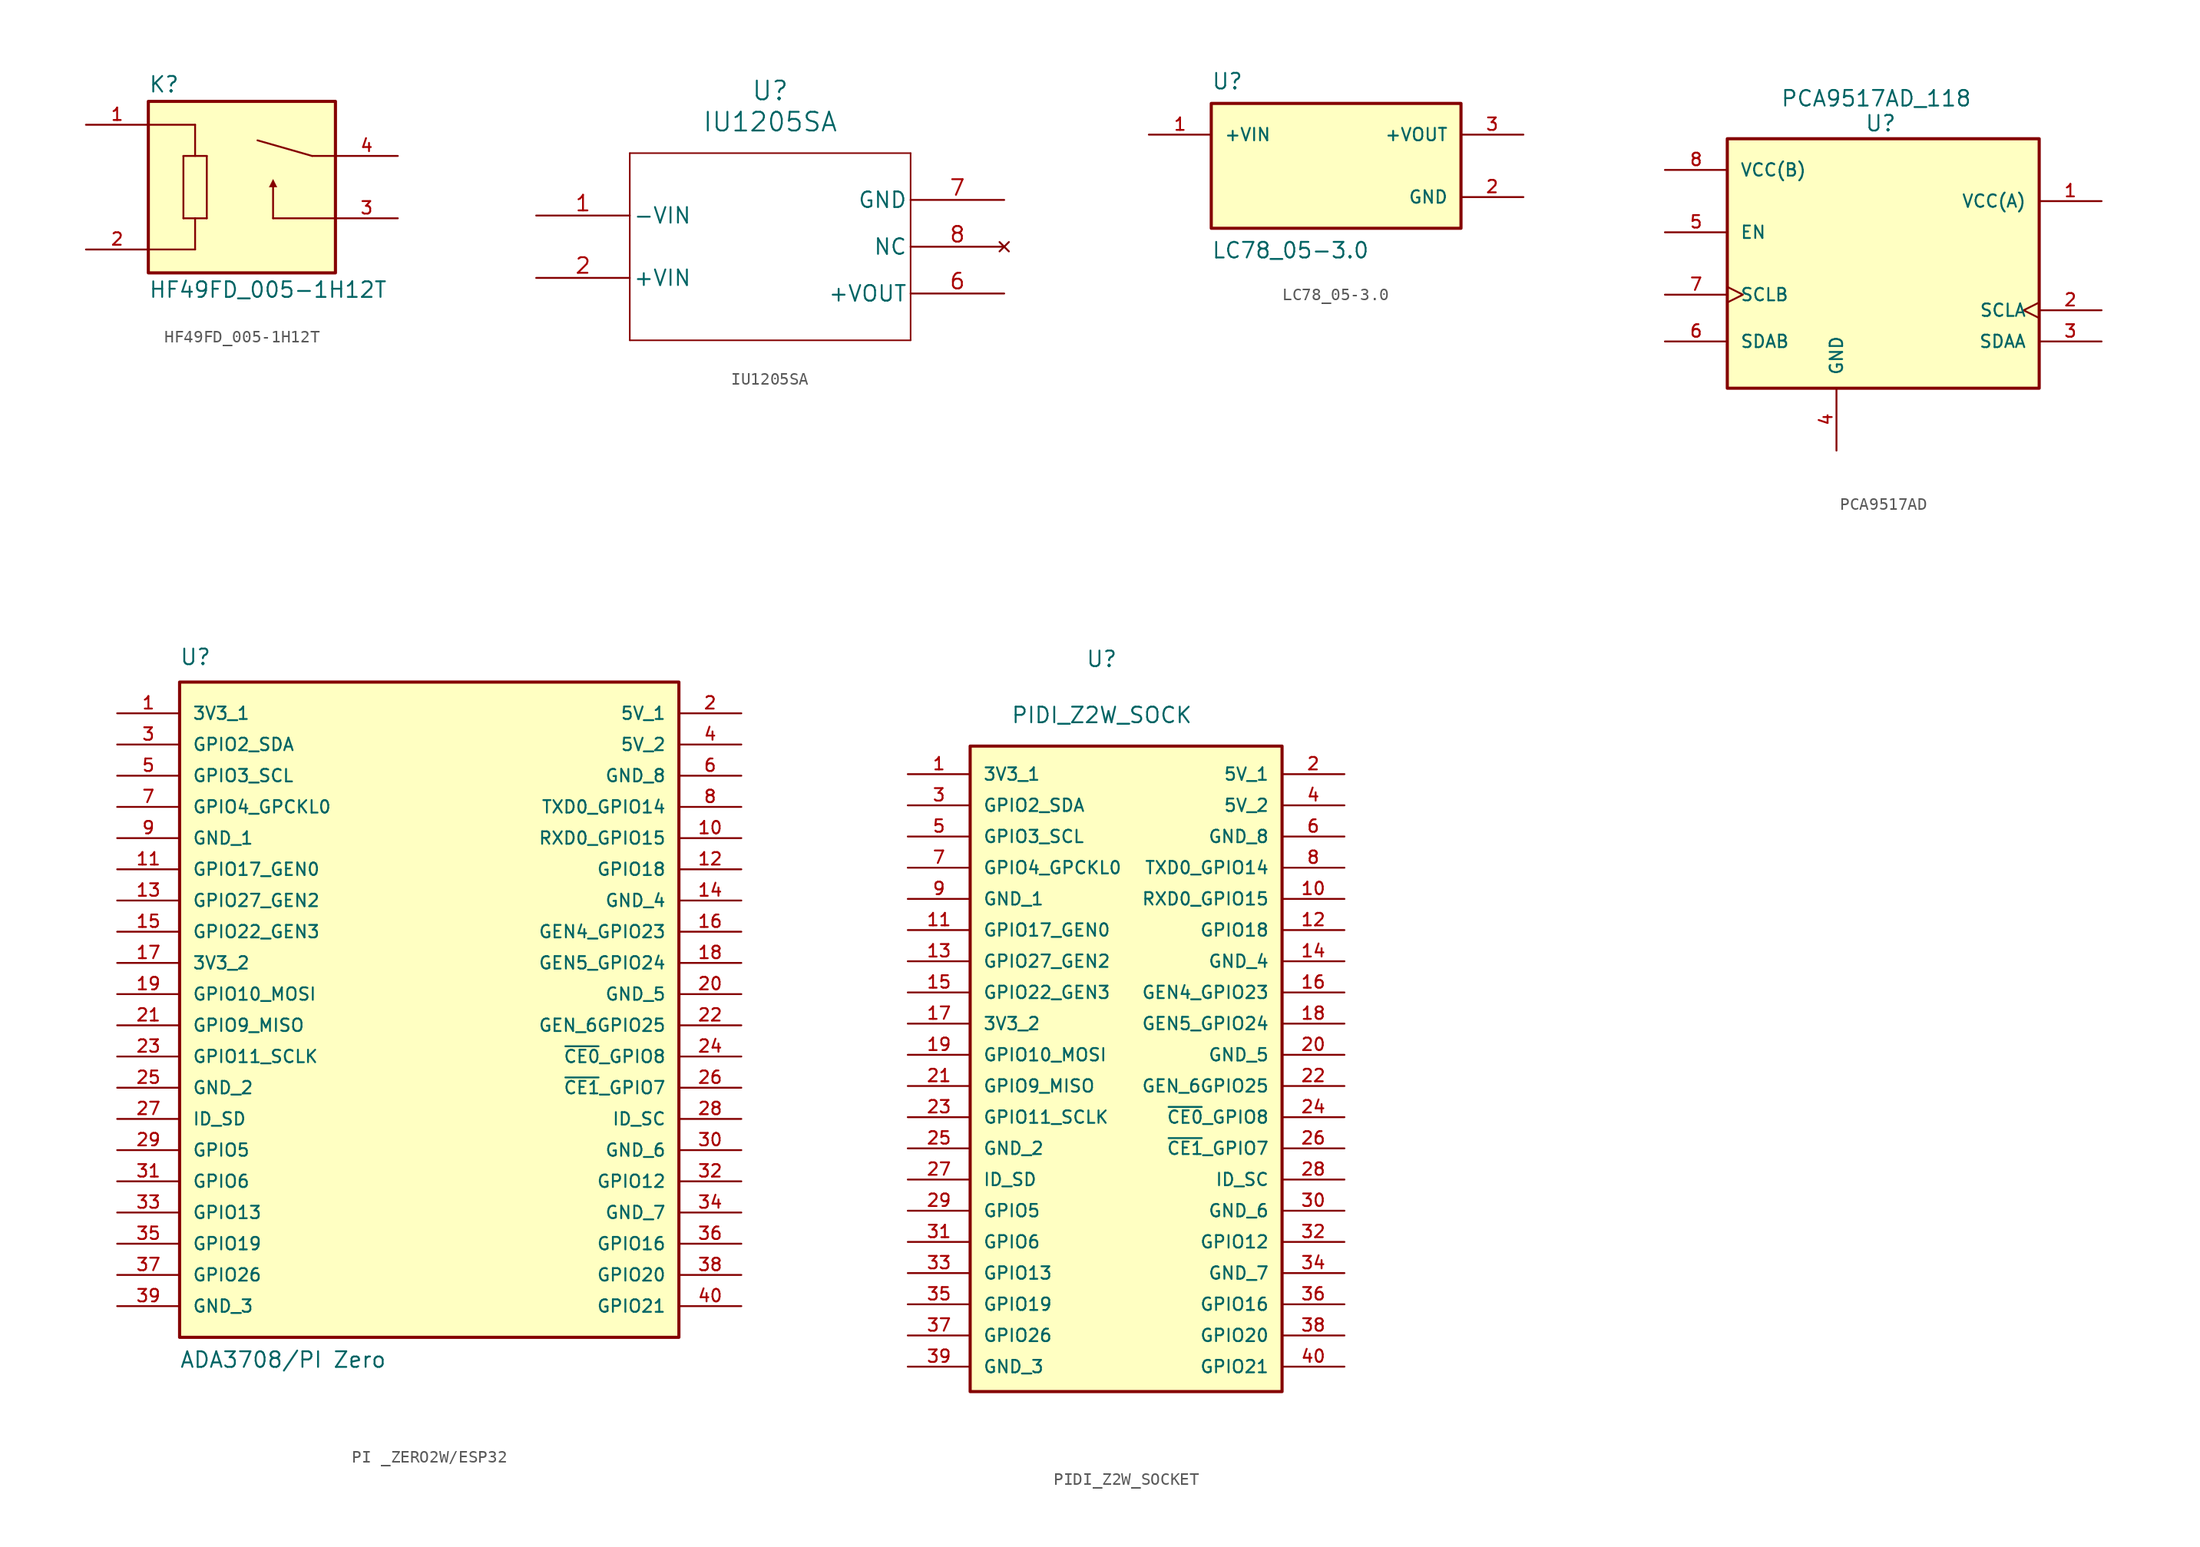
<source format=kicad_sym>
(kicad_symbol_lib
  (version 20241209)
  (generator "kicad_symbol_editor")
  (generator_version "9.0")
  (symbol "HF49FD_005-1H12T"
    (pin_names
      (offset 1.016))
    (property "Reference" "K"
      (at -7.62 7.62 0)
      (effects (font (size 1.27 1.27)) (justify left bottom)))
    (property "Value" "HF49FD_005-1H12T"
      (at -7.62 -7.62 0)
      (effects (font (size 1.27 1.27)) (justify left top)))
    (symbol "HF49FD_005-1H12T_0_0"
      (polyline (pts (xy -7.62 5.08) (xy -3.81 5.08)) (stroke (width 0.152) (type default)) (fill (type none)))
      (polyline (pts (xy -7.62 -5.08) (xy -3.81 -5.08)) (stroke (width 0.152) (type default)) (fill (type none)))
      (rectangle (start -7.62 -6.985) (end 7.62 6.985) (stroke (width 0.254) (type default)) (fill (type background)))
      (polyline (pts (xy -4.763 2.54) (xy -2.857 2.54)) (stroke (width 0.152) (type default)) (fill (type none)))
      (polyline (pts (xy -4.763 -2.54) (xy -4.763 2.54)) (stroke (width 0.152) (type default)) (fill (type none)))
      (polyline (pts (xy -3.81 5.08) (xy -3.81 2.54)) (stroke (width 0.152) (type default)) (fill (type none)))
      (polyline (pts (xy -3.81 -2.54) (xy -4.763 -2.54)) (stroke (width 0.152) (type default)) (fill (type none)))
      (polyline (pts (xy -3.81 -5.08) (xy -3.81 -2.54)) (stroke (width 0.152) (type default)) (fill (type none)))
      (polyline (pts (xy -2.857 2.54) (xy -2.857 -2.54)) (stroke (width 0.152) (type default)) (fill (type none)))
      (polyline (pts (xy -2.857 -2.54) (xy -3.81 -2.54)) (stroke (width 0.152) (type default)) (fill (type none)))
      (polyline (pts (xy 2.223 0) (xy 2.857 0) (xy 2.54 0.635) (xy 2.223 0)) (stroke (width 0.025) (type default)) (fill (type outline)))
      (polyline (pts (xy 2.54 -2.54) (xy 2.54 0)) (stroke (width 0.152) (type default)) (fill (type none)))
      (polyline (pts (xy 5.715 2.54) (xy 1.27 3.81)) (stroke (width 0.152) (type default)) (fill (type none)))
      (polyline (pts (xy 7.62 2.54) (xy 5.715 2.54)) (stroke (width 0.152) (type default)) (fill (type none)))
      (polyline (pts (xy 7.62 -2.54) (xy 2.54 -2.54)) (stroke (width 0.152) (type default)) (fill (type none)))
      (pin passive line (at -12.7 5.08 0) (length 5.08) (name "~" (effects (font (size 1.016 1.016)))) (number "1" (effects (font (size 1.016 1.016)))))
      (pin passive line (at -12.7 -5.08 0) (length 5.08) (name "~" (effects (font (size 1.016 1.016)))) (number "2" (effects (font (size 1.016 1.016)))))
      (pin passive line (at 12.7 2.54 180) (length 5.08) (name "~" (effects (font (size 1.016 1.016)))) (number "4" (effects (font (size 1.016 1.016)))))
      (pin passive line (at 12.7 -2.54 180) (length 5.08) (name "~" (effects (font (size 1.016 1.016)))) (number "3" (effects (font (size 1.016 1.016)))))))
  (symbol "IU1205SA"
    (pin_names
      (offset 0.254))
    (property "Reference" "U"
      (at 27.94 10.16 0)
      (effects (font (size 1.524 1.524))))
    (property "Value" "IU1205SA"
      (at 27.94 7.62 0)
      (effects (font (size 1.524 1.524))))
    (symbol "IU1205SA_0_1"
      (polyline (pts (xy 16.51 5.08) (xy 16.51 -10.16)) (stroke (width 0.127) (type default)) (fill (type none)))
      (polyline (pts (xy 16.51 -10.16) (xy 39.37 -10.16)) (stroke (width 0.127) (type default)) (fill (type none)))
      (polyline (pts (xy 39.37 5.08) (xy 16.51 5.08)) (stroke (width 0.127) (type default)) (fill (type none)))
      (polyline (pts (xy 39.37 -10.16) (xy 39.37 5.08)) (stroke (width 0.127) (type default)) (fill (type none)))
      (pin no_connect line (at 46.99 -2.54 180) (length 7.62) (name "NC" (effects (font (size 1.27 1.27)))) (number "8" (effects (font (size 1.27 1.27))))))
    (symbol "IU1205SA_1_1"
      (pin power_in line (at 8.89 0 0) (length 7.62) (name "-VIN" (effects (font (size 1.27 1.27)))) (number "1" (effects (font (size 1.27 1.27)))))
      (pin power_in line (at 8.89 -5.08 0) (length 7.62) (name "+VIN" (effects (font (size 1.27 1.27)))) (number "2" (effects (font (size 1.27 1.27)))))
      (pin power_in line (at 46.99 1.27 180) (length 7.62) (name "GND" (effects (font (size 1.27 1.27)))) (number "7" (effects (font (size 1.27 1.27)))))
      (pin power_in line (at 46.99 -6.35 180) (length 7.62) (name "+VOUT" (effects (font (size 1.27 1.27)))) (number "6" (effects (font (size 1.27 1.27)))))))
  (symbol "LC78_05-3.0"
    (pin_names
      (offset 1.016))
    (property "Reference" "U"
      (at -10.16 7.62 0)
      (effects (font (size 1.27 1.27)) (justify left top)))
    (property "Value" "LC78_05-3.0"
      (at -10.16 -7.62 0)
      (effects (font (size 1.27 1.27)) (justify left bottom)))
    (symbol "LC78_05-3.0_0_0"
      (rectangle (start -10.16 5.08) (end 10.16 -5.08) (stroke (width 0.254) (type default)) (fill (type background)))
      (pin input line (at -15.24 2.54 0) (length 5.08) (name "+VIN" (effects (font (size 1.016 1.016)))) (number "1" (effects (font (size 1.016 1.016)))))
      (pin output line (at 15.24 2.54 180) (length 5.08) (name "+VOUT" (effects (font (size 1.016 1.016)))) (number "3" (effects (font (size 1.016 1.016)))))
      (pin power_in line (at 15.24 -2.54 180) (length 5.08) (name "GND" (effects (font (size 1.016 1.016)))) (number "2" (effects (font (size 1.016 1.016)))))))
  (symbol "PCA9517AD"
    (pin_names
      (offset 1.016))
    (property "Reference" "U"
      (at -1.524 10.668 0)
      (effects (font (size 1.27 1.27)) (justify left bottom)))
    (property "Value" "PCA9517AD_118"
      (at -8.382 12.7 0)
      (effects (font (size 1.27 1.27)) (justify left bottom)))
    (symbol "PCA9517AD_0_0"
      (rectangle (start -12.7 -10.16) (end 12.7 10.16) (stroke (width 0.254) (type default)) (fill (type background)))
      (pin power_in line (at -17.78 7.62 0) (length 5.08) (name "VCC(B)" (effects (font (size 1.016 1.016)))) (number "8" (effects (font (size 1.016 1.016)))))
      (pin input line (at -17.78 2.54 0) (length 5.08) (name "EN" (effects (font (size 1.016 1.016)))) (number "5" (effects (font (size 1.016 1.016)))))
      (pin input clock (at -17.78 -2.54 0) (length 5.08) (name "SCLB" (effects (font (size 1.016 1.016)))) (number "7" (effects (font (size 1.016 1.016)))))
      (pin bidirectional line (at -17.78 -6.35 0) (length 5.08) (name "SDAB" (effects (font (size 1.016 1.016)))) (number "6" (effects (font (size 1.016 1.016)))))
      (pin power_in line (at -3.81 -15.24 90) (length 5.08) (name "GND" (effects (font (size 1.016 1.016)))) (number "4" (effects (font (size 1.016 1.016)))))
      (pin power_in line (at 17.78 5.08 180) (length 5.08) (name "VCC(A)" (effects (font (size 1.016 1.016)))) (number "1" (effects (font (size 1.016 1.016)))))
      (pin input clock (at 17.78 -3.81 180) (length 5.08) (name "SCLA" (effects (font (size 1.016 1.016)))) (number "2" (effects (font (size 1.016 1.016)))))
      (pin bidirectional line (at 17.78 -6.35 180) (length 5.08) (name "SDAA" (effects (font (size 1.016 1.016)))) (number "3" (effects (font (size 1.016 1.016)))))))
  (symbol "PI _ZERO2W/ESP32"
    (pin_names
      (offset 1.016))
    (property "Reference" "U"
      (at -20.34 26.696 0)
      (effects (font (size 1.27 1.27)) (justify left bottom)))
    (property "Value" "ADA3708/PI Zero"
      (at -20.339 -30.509 0)
      (effects (font (size 1.27 1.27)) (justify left bottom)))
    (symbol "PI _ZERO2W/ESP32_0_0"
      (rectangle (start -20.32 25.4) (end 20.32 -27.94) (stroke (width 0.254) (type default)) (fill (type background)))
      (pin power_in line (at -25.4 22.86 0) (length 5.08) (name "3V3_1" (effects (font (size 1.016 1.016)))) (number "1" (effects (font (size 1.016 1.016)))))
      (pin bidirectional line (at -25.4 20.32 0) (length 5.08) (name "GPIO2_SDA" (effects (font (size 1.016 1.016)))) (number "3" (effects (font (size 1.016 1.016)))))
      (pin bidirectional line (at -25.4 17.78 0) (length 5.08) (name "GPIO3_SCL" (effects (font (size 1.016 1.016)))) (number "5" (effects (font (size 1.016 1.016)))))
      (pin bidirectional line (at -25.4 15.24 0) (length 5.08) (name "GPIO4_GPCKL0" (effects (font (size 1.016 1.016)))) (number "7" (effects (font (size 1.016 1.016)))))
      (pin power_in line (at -25.4 12.7 0) (length 5.08) (name "GND_1" (effects (font (size 1.016 1.016)))) (number "9" (effects (font (size 1.016 1.016)))))
      (pin bidirectional line (at -25.4 10.16 0) (length 5.08) (name "GPIO17_GEN0" (effects (font (size 1.016 1.016)))) (number "11" (effects (font (size 1.016 1.016)))))
      (pin bidirectional line (at -25.4 7.62 0) (length 5.08) (name "GPIO27_GEN2" (effects (font (size 1.016 1.016)))) (number "13" (effects (font (size 1.016 1.016)))))
      (pin bidirectional line (at -25.4 5.08 0) (length 5.08) (name "GPIO22_GEN3" (effects (font (size 1.016 1.016)))) (number "15" (effects (font (size 1.016 1.016)))))
      (pin power_in line (at -25.4 2.54 0) (length 5.08) (name "3V3_2" (effects (font (size 1.016 1.016)))) (number "17" (effects (font (size 1.016 1.016)))))
      (pin bidirectional line (at -25.4 0 0) (length 5.08) (name "GPIO10_MOSI" (effects (font (size 1.016 1.016)))) (number "19" (effects (font (size 1.016 1.016)))))
      (pin bidirectional line (at -25.4 -2.54 0) (length 5.08) (name "GPIO9_MISO" (effects (font (size 1.016 1.016)))) (number "21" (effects (font (size 1.016 1.016)))))
      (pin bidirectional line (at -25.4 -5.08 0) (length 5.08) (name "GPIO11_SCLK" (effects (font (size 1.016 1.016)))) (number "23" (effects (font (size 1.016 1.016)))))
      (pin power_in line (at -25.4 -7.62 0) (length 5.08) (name "GND_2" (effects (font (size 1.016 1.016)))) (number "25" (effects (font (size 1.016 1.016)))))
      (pin bidirectional line (at -25.4 -10.16 0) (length 5.08) (name "ID_SD" (effects (font (size 1.016 1.016)))) (number "27" (effects (font (size 1.016 1.016)))))
      (pin bidirectional line (at -25.4 -12.7 0) (length 5.08) (name "GPIO5" (effects (font (size 1.016 1.016)))) (number "29" (effects (font (size 1.016 1.016)))))
      (pin bidirectional line (at -25.4 -15.24 0) (length 5.08) (name "GPIO6" (effects (font (size 1.016 1.016)))) (number "31" (effects (font (size 1.016 1.016)))))
      (pin bidirectional line (at -25.4 -17.78 0) (length 5.08) (name "GPIO13" (effects (font (size 1.016 1.016)))) (number "33" (effects (font (size 1.016 1.016)))))
      (pin bidirectional line (at -25.4 -20.32 0) (length 5.08) (name "GPIO19" (effects (font (size 1.016 1.016)))) (number "35" (effects (font (size 1.016 1.016)))))
      (pin bidirectional line (at -25.4 -22.86 0) (length 5.08) (name "GPIO26" (effects (font (size 1.016 1.016)))) (number "37" (effects (font (size 1.016 1.016)))))
      (pin power_in line (at -25.4 -25.4 0) (length 5.08) (name "GND_3" (effects (font (size 1.016 1.016)))) (number "39" (effects (font (size 1.016 1.016)))))
      (pin power_in line (at 25.4 22.86 180) (length 5.08) (name "5V_1" (effects (font (size 1.016 1.016)))) (number "2" (effects (font (size 1.016 1.016)))))
      (pin power_in line (at 25.4 20.32 180) (length 5.08) (name "5V_2" (effects (font (size 1.016 1.016)))) (number "4" (effects (font (size 1.016 1.016)))))
      (pin power_in line (at 25.4 17.78 180) (length 5.08) (name "GND_8" (effects (font (size 1.016 1.016)))) (number "6" (effects (font (size 1.016 1.016)))))
      (pin bidirectional line (at 25.4 15.24 180) (length 5.08) (name "TXD0_GPIO14" (effects (font (size 1.016 1.016)))) (number "8" (effects (font (size 1.016 1.016)))))
      (pin bidirectional line (at 25.4 12.7 180) (length 5.08) (name "RXD0_GPIO15" (effects (font (size 1.016 1.016)))) (number "10" (effects (font (size 1.016 1.016)))))
      (pin bidirectional line (at 25.4 10.16 180) (length 5.08) (name "GPIO18" (effects (font (size 1.016 1.016)))) (number "12" (effects (font (size 1.016 1.016)))))
      (pin power_in line (at 25.4 7.62 180) (length 5.08) (name "GND_4" (effects (font (size 1.016 1.016)))) (number "14" (effects (font (size 1.016 1.016)))))
      (pin bidirectional line (at 25.4 5.08 180) (length 5.08) (name "GEN4_GPIO23" (effects (font (size 1.016 1.016)))) (number "16" (effects (font (size 1.016 1.016)))))
      (pin bidirectional line (at 25.4 2.54 180) (length 5.08) (name "GEN5_GPIO24" (effects (font (size 1.016 1.016)))) (number "18" (effects (font (size 1.016 1.016)))))
      (pin power_in line (at 25.4 0 180) (length 5.08) (name "GND_5" (effects (font (size 1.016 1.016)))) (number "20" (effects (font (size 1.016 1.016)))))
      (pin bidirectional line (at 25.4 -2.54 180) (length 5.08) (name "GEN_6GPIO25" (effects (font (size 1.016 1.016)))) (number "22" (effects (font (size 1.016 1.016)))))
      (pin bidirectional line (at 25.4 -5.08 180) (length 5.08) (name "~{CE0}_GPIO8" (effects (font (size 1.016 1.016)))) (number "24" (effects (font (size 1.016 1.016)))))
      (pin bidirectional line (at 25.4 -7.62 180) (length 5.08) (name "~{CE1}_GPIO7" (effects (font (size 1.016 1.016)))) (number "26" (effects (font (size 1.016 1.016)))))
      (pin bidirectional line (at 25.4 -10.16 180) (length 5.08) (name "ID_SC" (effects (font (size 1.016 1.016)))) (number "28" (effects (font (size 1.016 1.016)))))
      (pin power_in line (at 25.4 -12.7 180) (length 5.08) (name "GND_6" (effects (font (size 1.016 1.016)))) (number "30" (effects (font (size 1.016 1.016)))))
      (pin bidirectional line (at 25.4 -15.24 180) (length 5.08) (name "GPIO12" (effects (font (size 1.016 1.016)))) (number "32" (effects (font (size 1.016 1.016)))))
      (pin power_in line (at 25.4 -17.78 180) (length 5.08) (name "GND_7" (effects (font (size 1.016 1.016)))) (number "34" (effects (font (size 1.016 1.016)))))
      (pin bidirectional line (at 25.4 -20.32 180) (length 5.08) (name "GPIO16" (effects (font (size 1.016 1.016)))) (number "36" (effects (font (size 1.016 1.016)))))
      (pin bidirectional line (at 25.4 -22.86 180) (length 5.08) (name "GPIO20" (effects (font (size 1.016 1.016)))) (number "38" (effects (font (size 1.016 1.016)))))
      (pin bidirectional line (at 25.4 -25.4 180) (length 5.08) (name "GPIO21" (effects (font (size 1.016 1.016)))) (number "40" (effects (font (size 1.016 1.016)))))))
  (symbol "PIDI_Z2W_SOCKET"
    (pin_names
      (offset 1.016))
    (property "Reference" "U"
      (at 4.318 31.496 0)
      (effects (font (size 1.27 1.27)) (justify left bottom)))
    (property "Value" "PIDI_Z2W_SOCK"
      (at -1.778 26.924 0)
      (effects (font (size 1.27 1.27)) (justify left bottom)))
    (symbol "PIDI_Z2W_SOCKET_0_0"
      (pin power_in line (at -10.16 22.86 0) (length 5.08) (name "3V3_1" (effects (font (size 1.016 1.016)))) (number "1" (effects (font (size 1.016 1.016)))))
      (pin bidirectional line (at -10.16 20.32 0) (length 5.08) (name "GPIO2_SDA" (effects (font (size 1.016 1.016)))) (number "3" (effects (font (size 1.016 1.016)))))
      (pin bidirectional line (at -10.16 17.78 0) (length 5.08) (name "GPIO3_SCL" (effects (font (size 1.016 1.016)))) (number "5" (effects (font (size 1.016 1.016)))))
      (pin bidirectional line (at -10.16 15.24 0) (length 5.08) (name "GPIO4_GPCKL0" (effects (font (size 1.016 1.016)))) (number "7" (effects (font (size 1.016 1.016)))))
      (pin power_in line (at -10.16 12.7 0) (length 5.08) (name "GND_1" (effects (font (size 1.016 1.016)))) (number "9" (effects (font (size 1.016 1.016)))))
      (pin bidirectional line (at -10.16 10.16 0) (length 5.08) (name "GPIO17_GEN0" (effects (font (size 1.016 1.016)))) (number "11" (effects (font (size 1.016 1.016)))))
      (pin bidirectional line (at -10.16 7.62 0) (length 5.08) (name "GPIO27_GEN2" (effects (font (size 1.016 1.016)))) (number "13" (effects (font (size 1.016 1.016)))))
      (pin bidirectional line (at -10.16 5.08 0) (length 5.08) (name "GPIO22_GEN3" (effects (font (size 1.016 1.016)))) (number "15" (effects (font (size 1.016 1.016)))))
      (pin power_in line (at -10.16 2.54 0) (length 5.08) (name "3V3_2" (effects (font (size 1.016 1.016)))) (number "17" (effects (font (size 1.016 1.016)))))
      (pin bidirectional line (at -10.16 0 0) (length 5.08) (name "GPIO10_MOSI" (effects (font (size 1.016 1.016)))) (number "19" (effects (font (size 1.016 1.016)))))
      (pin bidirectional line (at -10.16 -2.54 0) (length 5.08) (name "GPIO9_MISO" (effects (font (size 1.016 1.016)))) (number "21" (effects (font (size 1.016 1.016)))))
      (pin bidirectional line (at -10.16 -5.08 0) (length 5.08) (name "GPIO11_SCLK" (effects (font (size 1.016 1.016)))) (number "23" (effects (font (size 1.016 1.016)))))
      (pin power_in line (at -10.16 -7.62 0) (length 5.08) (name "GND_2" (effects (font (size 1.016 1.016)))) (number "25" (effects (font (size 1.016 1.016)))))
      (pin bidirectional line (at -10.16 -10.16 0) (length 5.08) (name "ID_SD" (effects (font (size 1.016 1.016)))) (number "27" (effects (font (size 1.016 1.016)))))
      (pin bidirectional line (at -10.16 -12.7 0) (length 5.08) (name "GPIO5" (effects (font (size 1.016 1.016)))) (number "29" (effects (font (size 1.016 1.016)))))
      (pin bidirectional line (at -10.16 -15.24 0) (length 5.08) (name "GPIO6" (effects (font (size 1.016 1.016)))) (number "31" (effects (font (size 1.016 1.016)))))
      (pin bidirectional line (at -10.16 -17.78 0) (length 5.08) (name "GPIO13" (effects (font (size 1.016 1.016)))) (number "33" (effects (font (size 1.016 1.016)))))
      (pin bidirectional line (at -10.16 -20.32 0) (length 5.08) (name "GPIO19" (effects (font (size 1.016 1.016)))) (number "35" (effects (font (size 1.016 1.016)))))
      (pin bidirectional line (at -10.16 -22.86 0) (length 5.08) (name "GPIO26" (effects (font (size 1.016 1.016)))) (number "37" (effects (font (size 1.016 1.016)))))
      (pin power_in line (at -10.16 -25.4 0) (length 5.08) (name "GND_3" (effects (font (size 1.016 1.016)))) (number "39" (effects (font (size 1.016 1.016)))))
      (pin power_in line (at 25.4 22.86 180) (length 5.08) (name "5V_1" (effects (font (size 1.016 1.016)))) (number "2" (effects (font (size 1.016 1.016)))))
      (pin power_in line (at 25.4 20.32 180) (length 5.08) (name "5V_2" (effects (font (size 1.016 1.016)))) (number "4" (effects (font (size 1.016 1.016)))))
      (pin power_in line (at 25.4 17.78 180) (length 5.08) (name "GND_8" (effects (font (size 1.016 1.016)))) (number "6" (effects (font (size 1.016 1.016)))))
      (pin bidirectional line (at 25.4 15.24 180) (length 5.08) (name "TXD0_GPIO14" (effects (font (size 1.016 1.016)))) (number "8" (effects (font (size 1.016 1.016)))))
      (pin bidirectional line (at 25.4 12.7 180) (length 5.08) (name "RXD0_GPIO15" (effects (font (size 1.016 1.016)))) (number "10" (effects (font (size 1.016 1.016)))))
      (pin bidirectional line (at 25.4 10.16 180) (length 5.08) (name "GPIO18" (effects (font (size 1.016 1.016)))) (number "12" (effects (font (size 1.016 1.016)))))
      (pin power_in line (at 25.4 7.62 180) (length 5.08) (name "GND_4" (effects (font (size 1.016 1.016)))) (number "14" (effects (font (size 1.016 1.016)))))
      (pin bidirectional line (at 25.4 5.08 180) (length 5.08) (name "GEN4_GPIO23" (effects (font (size 1.016 1.016)))) (number "16" (effects (font (size 1.016 1.016)))))
      (pin bidirectional line (at 25.4 2.54 180) (length 5.08) (name "GEN5_GPIO24" (effects (font (size 1.016 1.016)))) (number "18" (effects (font (size 1.016 1.016)))))
      (pin power_in line (at 25.4 0 180) (length 5.08) (name "GND_5" (effects (font (size 1.016 1.016)))) (number "20" (effects (font (size 1.016 1.016)))))
      (pin bidirectional line (at 25.4 -2.54 180) (length 5.08) (name "GEN_6GPIO25" (effects (font (size 1.016 1.016)))) (number "22" (effects (font (size 1.016 1.016)))))
      (pin bidirectional line (at 25.4 -5.08 180) (length 5.08) (name "~{CE0}_GPIO8" (effects (font (size 1.016 1.016)))) (number "24" (effects (font (size 1.016 1.016)))))
      (pin bidirectional line (at 25.4 -7.62 180) (length 5.08) (name "~{CE1}_GPIO7" (effects (font (size 1.016 1.016)))) (number "26" (effects (font (size 1.016 1.016)))))
      (pin bidirectional line (at 25.4 -10.16 180) (length 5.08) (name "ID_SC" (effects (font (size 1.016 1.016)))) (number "28" (effects (font (size 1.016 1.016)))))
      (pin power_in line (at 25.4 -12.7 180) (length 5.08) (name "GND_6" (effects (font (size 1.016 1.016)))) (number "30" (effects (font (size 1.016 1.016)))))
      (pin bidirectional line (at 25.4 -15.24 180) (length 5.08) (name "GPIO12" (effects (font (size 1.016 1.016)))) (number "32" (effects (font (size 1.016 1.016)))))
      (pin power_in line (at 25.4 -17.78 180) (length 5.08) (name "GND_7" (effects (font (size 1.016 1.016)))) (number "34" (effects (font (size 1.016 1.016)))))
      (pin bidirectional line (at 25.4 -20.32 180) (length 5.08) (name "GPIO16" (effects (font (size 1.016 1.016)))) (number "36" (effects (font (size 1.016 1.016)))))
      (pin bidirectional line (at 25.4 -22.86 180) (length 5.08) (name "GPIO20" (effects (font (size 1.016 1.016)))) (number "38" (effects (font (size 1.016 1.016)))))
      (pin bidirectional line (at 25.4 -25.4 180) (length 5.08) (name "GPIO21" (effects (font (size 1.016 1.016)))) (number "40" (effects (font (size 1.016 1.016))))))
    (symbol "PIDI_Z2W_SOCKET_1_0"
      (rectangle (start -5.08 25.146) (end 20.32 -27.432) (stroke (width 0.254) (type solid)) (fill (type background))))))
</source>
